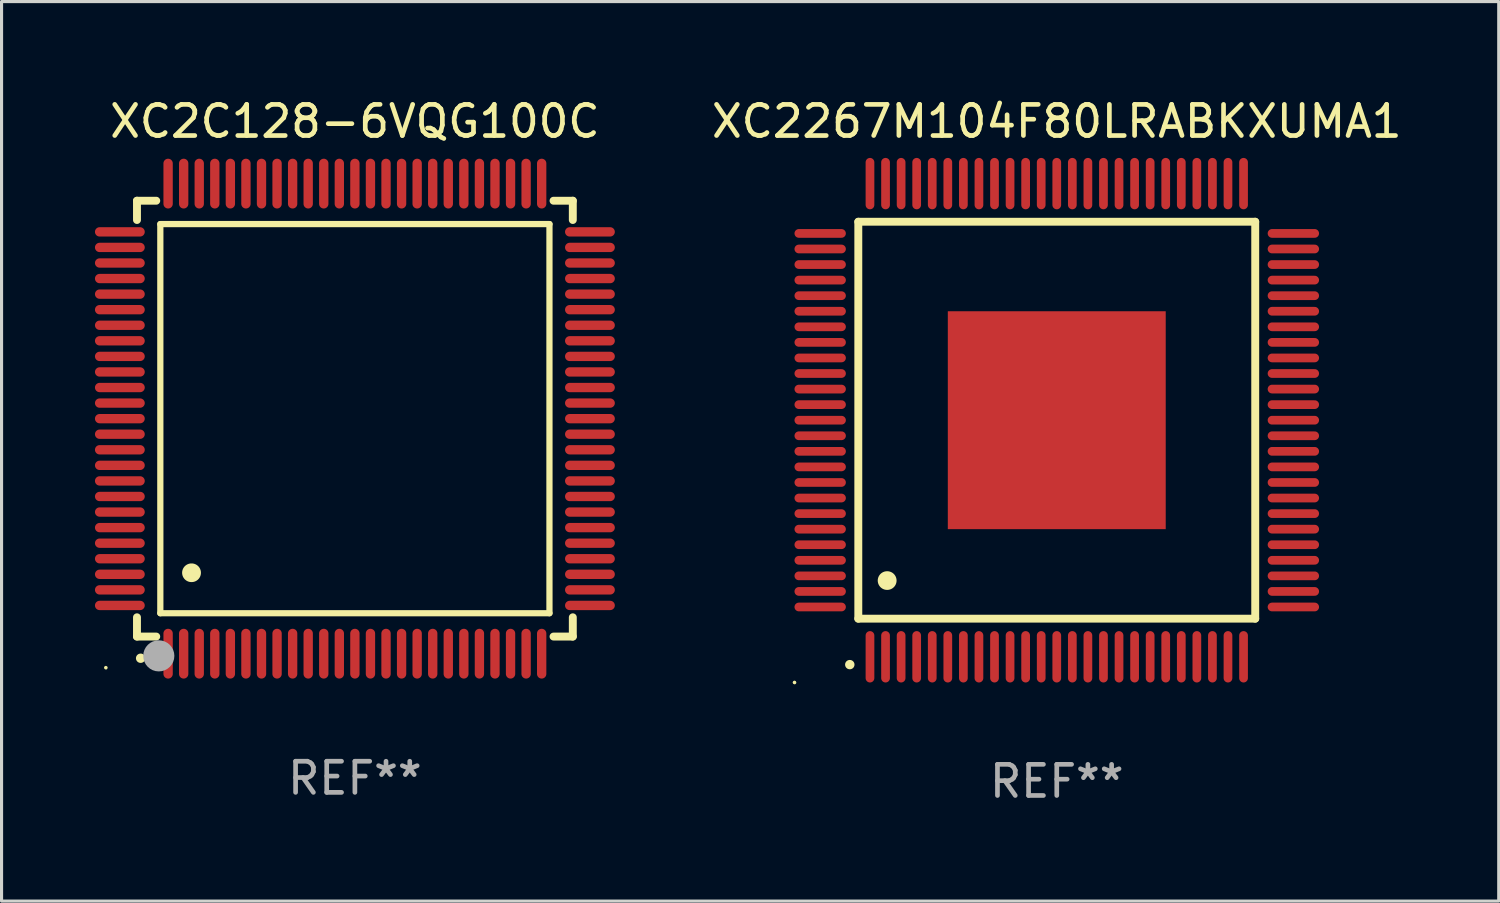
<source format=kicad_pcb>
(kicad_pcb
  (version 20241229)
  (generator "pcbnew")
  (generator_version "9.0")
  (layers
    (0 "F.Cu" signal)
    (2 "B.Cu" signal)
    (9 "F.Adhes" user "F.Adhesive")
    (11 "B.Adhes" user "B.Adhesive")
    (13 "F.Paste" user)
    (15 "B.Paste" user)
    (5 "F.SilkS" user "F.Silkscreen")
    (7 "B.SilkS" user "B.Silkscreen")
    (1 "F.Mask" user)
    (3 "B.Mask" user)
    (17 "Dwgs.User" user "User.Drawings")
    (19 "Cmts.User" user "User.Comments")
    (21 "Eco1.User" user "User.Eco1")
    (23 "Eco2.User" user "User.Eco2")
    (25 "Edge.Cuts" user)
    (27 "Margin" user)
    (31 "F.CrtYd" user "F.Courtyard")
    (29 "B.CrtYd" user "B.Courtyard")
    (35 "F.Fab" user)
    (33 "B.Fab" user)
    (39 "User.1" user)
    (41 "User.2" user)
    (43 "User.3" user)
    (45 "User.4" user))
  (footprint "XC2C128-6VQG100C"
    (layer "F.Cu")
    (at 8.35 10.398)
    (property "Reference" "XC2C128-6VQG100C" (at 0 -9.55 0) (layer "F.SilkS") (effects (font (size 1 1) (thickness 0.15))))
    (attr through_hole)
    (fp_line (start -7 -7) (end -6.381 -7) (stroke (width 0.254) (type solid)) (layer "F.SilkS"))
    (fp_line (start -7 -6.381) (end -7 -7) (stroke (width 0.254) (type solid)) (layer "F.SilkS"))
    (fp_line (start -7 7) (end -7 6.381) (stroke (width 0.254) (type solid)) (layer "F.SilkS"))
    (fp_line (start -6.381 7) (end -7 7) (stroke (width 0.254) (type solid)) (layer "F.SilkS"))
    (fp_line (start -6.25 -6.25) (end -6.25 6.25) (stroke (width 0.2) (type solid)) (layer "F.SilkS"))
    (fp_line (start -6.25 6.25) (end 6.25 6.25) (stroke (width 0.2) (type solid)) (layer "F.SilkS"))
    (fp_line (start 6.25 -6.25) (end -6.25 -6.25) (stroke (width 0.2) (type solid)) (layer "F.SilkS"))
    (fp_line (start 6.25 6.25) (end 6.25 -6.25) (stroke (width 0.2) (type solid)) (layer "F.SilkS"))
    (fp_line (start 6.381 -7) (end 7 -7) (stroke (width 0.254) (type solid)) (layer "F.SilkS"))
    (fp_line (start 7 -7) (end 7 -6.381) (stroke (width 0.254) (type solid)) (layer "F.SilkS"))
    (fp_line (start 7 6.381) (end 7 7) (stroke (width 0.254) (type solid)) (layer "F.SilkS"))
    (fp_line (start 7 7) (end 6.381 7) (stroke (width 0.254) (type solid)) (layer "F.SilkS"))
    (fp_arc (start -6.883414 7.696215) (mid -6.882144 7.69621) (end -6.880874 7.696215) (stroke (width 0.3) (type solid)) (layer "F.SilkS"))
    (fp_arc (start -5.250191 4.95047) (mid -5.247651 4.950459) (end -5.245111 4.95047) (stroke (width 0.6) (type solid)) (layer "F.SilkS"))
    (fp_circle (center -8 8) (end -7.97 8) (stroke (width 0.06) (type solid)) (fill no) (layer "F.SilkS"))
    (fp_circle (center -6.299 7.62) (end -6.049 7.62) (stroke (width 0.5) (type solid)) (fill no) (layer "F.Fab"))
    (fp_text user "REF**" (at 0 11.55 0) (layer "F.Fab") (effects (font (size 1 1) (thickness 0.15))))
    (pad "1" smd oval (at -6 7.55) (size 0.3 1.6) (layers "F.Cu" "F.Mask" "F.Paste"))
    (pad "2" smd oval (at -5.5 7.55) (size 0.3 1.6) (layers "F.Cu" "F.Mask" "F.Paste"))
    (pad "3" smd oval (at -5 7.55) (size 0.3 1.6) (layers "F.Cu" "F.Mask" "F.Paste"))
    (pad "4" smd oval (at -4.5 7.55) (size 0.3 1.6) (layers "F.Cu" "F.Mask" "F.Paste"))
    (pad "5" smd oval (at -4 7.55) (size 0.3 1.6) (layers "F.Cu" "F.Mask" "F.Paste"))
    (pad "6" smd oval (at -3.5 7.55) (size 0.3 1.6) (layers "F.Cu" "F.Mask" "F.Paste"))
    (pad "7" smd oval (at -3 7.55) (size 0.3 1.6) (layers "F.Cu" "F.Mask" "F.Paste"))
    (pad "8" smd oval (at -2.5 7.55) (size 0.3 1.6) (layers "F.Cu" "F.Mask" "F.Paste"))
    (pad "9" smd oval (at -2 7.55) (size 0.3 1.6) (layers "F.Cu" "F.Mask" "F.Paste"))
    (pad "10" smd oval (at -1.5 7.55) (size 0.3 1.6) (layers "F.Cu" "F.Mask" "F.Paste"))
    (pad "11" smd oval (at -1 7.55) (size 0.3 1.6) (layers "F.Cu" "F.Mask" "F.Paste"))
    (pad "12" smd oval (at -0.5 7.55) (size 0.3 1.6) (layers "F.Cu" "F.Mask" "F.Paste"))
    (pad "13" smd oval (at 0 7.55) (size 0.3 1.6) (layers "F.Cu" "F.Mask" "F.Paste"))
    (pad "14" smd oval (at 0.5 7.55) (size 0.3 1.6) (layers "F.Cu" "F.Mask" "F.Paste"))
    (pad "15" smd oval (at 1 7.55) (size 0.3 1.6) (layers "F.Cu" "F.Mask" "F.Paste"))
    (pad "16" smd oval (at 1.5 7.55) (size 0.3 1.6) (layers "F.Cu" "F.Mask" "F.Paste"))
    (pad "17" smd oval (at 2 7.55) (size 0.3 1.6) (layers "F.Cu" "F.Mask" "F.Paste"))
    (pad "18" smd oval (at 2.5 7.55) (size 0.3 1.6) (layers "F.Cu" "F.Mask" "F.Paste"))
    (pad "19" smd oval (at 3 7.55) (size 0.3 1.6) (layers "F.Cu" "F.Mask" "F.Paste"))
    (pad "20" smd oval (at 3.5 7.55) (size 0.3 1.6) (layers "F.Cu" "F.Mask" "F.Paste"))
    (pad "21" smd oval (at 4 7.55) (size 0.3 1.6) (layers "F.Cu" "F.Mask" "F.Paste"))
    (pad "22" smd oval (at 4.5 7.55) (size 0.3 1.6) (layers "F.Cu" "F.Mask" "F.Paste"))
    (pad "23" smd oval (at 5 7.55) (size 0.3 1.6) (layers "F.Cu" "F.Mask" "F.Paste"))
    (pad "24" smd oval (at 5.5 7.55) (size 0.3 1.6) (layers "F.Cu" "F.Mask" "F.Paste"))
    (pad "25" smd oval (at 6 7.55) (size 0.3 1.6) (layers "F.Cu" "F.Mask" "F.Paste"))
    (pad "26" smd oval (at 7.55 6) (size 1.6 0.3) (layers "F.Cu" "F.Mask" "F.Paste"))
    (pad "27" smd oval (at 7.55 5.5) (size 1.6 0.3) (layers "F.Cu" "F.Mask" "F.Paste"))
    (pad "28" smd oval (at 7.55 5) (size 1.6 0.3) (layers "F.Cu" "F.Mask" "F.Paste"))
    (pad "29" smd oval (at 7.55 4.5) (size 1.6 0.3) (layers "F.Cu" "F.Mask" "F.Paste"))
    (pad "30" smd oval (at 7.55 4) (size 1.6 0.3) (layers "F.Cu" "F.Mask" "F.Paste"))
    (pad "31" smd oval (at 7.55 3.5) (size 1.6 0.3) (layers "F.Cu" "F.Mask" "F.Paste"))
    (pad "32" smd oval (at 7.55 3) (size 1.6 0.3) (layers "F.Cu" "F.Mask" "F.Paste"))
    (pad "33" smd oval (at 7.55 2.5) (size 1.6 0.3) (layers "F.Cu" "F.Mask" "F.Paste"))
    (pad "34" smd oval (at 7.55 2) (size 1.6 0.3) (layers "F.Cu" "F.Mask" "F.Paste"))
    (pad "35" smd oval (at 7.55 1.5) (size 1.6 0.3) (layers "F.Cu" "F.Mask" "F.Paste"))
    (pad "36" smd oval (at 7.55 1) (size 1.6 0.3) (layers "F.Cu" "F.Mask" "F.Paste"))
    (pad "37" smd oval (at 7.55 0.5) (size 1.6 0.3) (layers "F.Cu" "F.Mask" "F.Paste"))
    (pad "38" smd oval (at 7.55 0) (size 1.6 0.3) (layers "F.Cu" "F.Mask" "F.Paste"))
    (pad "39" smd oval (at 7.55 -0.5) (size 1.6 0.3) (layers "F.Cu" "F.Mask" "F.Paste"))
    (pad "40" smd oval (at 7.55 -1) (size 1.6 0.3) (layers "F.Cu" "F.Mask" "F.Paste"))
    (pad "41" smd oval (at 7.55 -1.5) (size 1.6 0.3) (layers "F.Cu" "F.Mask" "F.Paste"))
    (pad "42" smd oval (at 7.55 -2) (size 1.6 0.3) (layers "F.Cu" "F.Mask" "F.Paste"))
    (pad "43" smd oval (at 7.55 -2.5) (size 1.6 0.3) (layers "F.Cu" "F.Mask" "F.Paste"))
    (pad "44" smd oval (at 7.55 -3) (size 1.6 0.3) (layers "F.Cu" "F.Mask" "F.Paste"))
    (pad "45" smd oval (at 7.55 -3.5) (size 1.6 0.3) (layers "F.Cu" "F.Mask" "F.Paste"))
    (pad "46" smd oval (at 7.55 -4) (size 1.6 0.3) (layers "F.Cu" "F.Mask" "F.Paste"))
    (pad "47" smd oval (at 7.55 -4.5) (size 1.6 0.3) (layers "F.Cu" "F.Mask" "F.Paste"))
    (pad "48" smd oval (at 7.55 -5) (size 1.6 0.3) (layers "F.Cu" "F.Mask" "F.Paste"))
    (pad "49" smd oval (at 7.55 -5.5) (size 1.6 0.3) (layers "F.Cu" "F.Mask" "F.Paste"))
    (pad "50" smd oval (at 7.55 -6) (size 1.6 0.3) (layers "F.Cu" "F.Mask" "F.Paste"))
    (pad "51" smd oval (at 6 -7.55) (size 0.3 1.6) (layers "F.Cu" "F.Mask" "F.Paste"))
    (pad "52" smd oval (at 5.5 -7.55) (size 0.3 1.6) (layers "F.Cu" "F.Mask" "F.Paste"))
    (pad "53" smd oval (at 5 -7.55) (size 0.3 1.6) (layers "F.Cu" "F.Mask" "F.Paste"))
    (pad "54" smd oval (at 4.5 -7.55) (size 0.3 1.6) (layers "F.Cu" "F.Mask" "F.Paste"))
    (pad "55" smd oval (at 4 -7.55) (size 0.3 1.6) (layers "F.Cu" "F.Mask" "F.Paste"))
    (pad "56" smd oval (at 3.5 -7.55) (size 0.3 1.6) (layers "F.Cu" "F.Mask" "F.Paste"))
    (pad "57" smd oval (at 3 -7.55) (size 0.3 1.6) (layers "F.Cu" "F.Mask" "F.Paste"))
    (pad "58" smd oval (at 2.5 -7.55) (size 0.3 1.6) (layers "F.Cu" "F.Mask" "F.Paste"))
    (pad "59" smd oval (at 2 -7.55) (size 0.3 1.6) (layers "F.Cu" "F.Mask" "F.Paste"))
    (pad "60" smd oval (at 1.5 -7.55) (size 0.3 1.6) (layers "F.Cu" "F.Mask" "F.Paste"))
    (pad "61" smd oval (at 1 -7.55) (size 0.3 1.6) (layers "F.Cu" "F.Mask" "F.Paste"))
    (pad "62" smd oval (at 0.5 -7.55) (size 0.3 1.6) (layers "F.Cu" "F.Mask" "F.Paste"))
    (pad "63" smd oval (at 0 -7.55) (size 0.3 1.6) (layers "F.Cu" "F.Mask" "F.Paste"))
    (pad "64" smd oval (at -0.5 -7.55) (size 0.3 1.6) (layers "F.Cu" "F.Mask" "F.Paste"))
    (pad "65" smd oval (at -1 -7.55) (size 0.3 1.6) (layers "F.Cu" "F.Mask" "F.Paste"))
    (pad "66" smd oval (at -1.5 -7.55) (size 0.3 1.6) (layers "F.Cu" "F.Mask" "F.Paste"))
    (pad "67" smd oval (at -2 -7.55) (size 0.3 1.6) (layers "F.Cu" "F.Mask" "F.Paste"))
    (pad "68" smd oval (at -2.5 -7.55) (size 0.3 1.6) (layers "F.Cu" "F.Mask" "F.Paste"))
    (pad "69" smd oval (at -3 -7.55) (size 0.3 1.6) (layers "F.Cu" "F.Mask" "F.Paste"))
    (pad "70" smd oval (at -3.5 -7.55) (size 0.3 1.6) (layers "F.Cu" "F.Mask" "F.Paste"))
    (pad "71" smd oval (at -4 -7.55) (size 0.3 1.6) (layers "F.Cu" "F.Mask" "F.Paste"))
    (pad "72" smd oval (at -4.5 -7.55) (size 0.3 1.6) (layers "F.Cu" "F.Mask" "F.Paste"))
    (pad "73" smd oval (at -5 -7.55) (size 0.3 1.6) (layers "F.Cu" "F.Mask" "F.Paste"))
    (pad "74" smd oval (at -5.5 -7.55) (size 0.3 1.6) (layers "F.Cu" "F.Mask" "F.Paste"))
    (pad "75" smd oval (at -6 -7.55) (size 0.3 1.6) (layers "F.Cu" "F.Mask" "F.Paste"))
    (pad "76" smd oval (at -7.55 -6) (size 1.6 0.3) (layers "F.Cu" "F.Mask" "F.Paste"))
    (pad "77" smd oval (at -7.55 -5.5) (size 1.6 0.3) (layers "F.Cu" "F.Mask" "F.Paste"))
    (pad "78" smd oval (at -7.55 -5) (size 1.6 0.3) (layers "F.Cu" "F.Mask" "F.Paste"))
    (pad "79" smd oval (at -7.55 -4.5) (size 1.6 0.3) (layers "F.Cu" "F.Mask" "F.Paste"))
    (pad "80" smd oval (at -7.55 -4) (size 1.6 0.3) (layers "F.Cu" "F.Mask" "F.Paste"))
    (pad "81" smd oval (at -7.55 -3.5) (size 1.6 0.3) (layers "F.Cu" "F.Mask" "F.Paste"))
    (pad "82" smd oval (at -7.55 -3) (size 1.6 0.3) (layers "F.Cu" "F.Mask" "F.Paste"))
    (pad "83" smd oval (at -7.55 -2.5) (size 1.6 0.3) (layers "F.Cu" "F.Mask" "F.Paste"))
    (pad "84" smd oval (at -7.55 -2) (size 1.6 0.3) (layers "F.Cu" "F.Mask" "F.Paste"))
    (pad "85" smd oval (at -7.55 -1.5) (size 1.6 0.3) (layers "F.Cu" "F.Mask" "F.Paste"))
    (pad "86" smd oval (at -7.55 -1) (size 1.6 0.3) (layers "F.Cu" "F.Mask" "F.Paste"))
    (pad "87" smd oval (at -7.55 -0.5) (size 1.6 0.3) (layers "F.Cu" "F.Mask" "F.Paste"))
    (pad "88" smd oval (at -7.55 0) (size 1.6 0.3) (layers "F.Cu" "F.Mask" "F.Paste"))
    (pad "89" smd oval (at -7.55 0.5) (size 1.6 0.3) (layers "F.Cu" "F.Mask" "F.Paste"))
    (pad "90" smd oval (at -7.55 1) (size 1.6 0.3) (layers "F.Cu" "F.Mask" "F.Paste"))
    (pad "91" smd oval (at -7.55 1.5) (size 1.6 0.3) (layers "F.Cu" "F.Mask" "F.Paste"))
    (pad "92" smd oval (at -7.55 2) (size 1.6 0.3) (layers "F.Cu" "F.Mask" "F.Paste"))
    (pad "93" smd oval (at -7.55 2.5) (size 1.6 0.3) (layers "F.Cu" "F.Mask" "F.Paste"))
    (pad "94" smd oval (at -7.55 3) (size 1.6 0.3) (layers "F.Cu" "F.Mask" "F.Paste"))
    (pad "95" smd oval (at -7.55 3.5) (size 1.6 0.3) (layers "F.Cu" "F.Mask" "F.Paste"))
    (pad "96" smd oval (at -7.55 4) (size 1.6 0.3) (layers "F.Cu" "F.Mask" "F.Paste"))
    (pad "97" smd oval (at -7.55 4.5) (size 1.6 0.3) (layers "F.Cu" "F.Mask" "F.Paste"))
    (pad "98" smd oval (at -7.55 5) (size 1.6 0.3) (layers "F.Cu" "F.Mask" "F.Paste"))
    (pad "99" smd oval (at -7.55 5.5) (size 1.6 0.3) (layers "F.Cu" "F.Mask" "F.Paste"))
    (pad "100" smd oval (at -7.55 6) (size 1.6 0.3) (layers "F.Cu" "F.Mask" "F.Paste")))
  (footprint "XC2267M104F80LRABKXUMA1"
    (layer "F.Cu")
    (at 30.896 10.448)
    (property "Reference" "XC2267M104F80LRABKXUMA1" (at 0 -9.6 0) (layer "F.SilkS") (effects (font (size 1 1) (thickness 0.15))))
    (attr through_hole)
    (fp_line (start -6.375 -6.375) (end -6.375 6.375) (stroke (width 0.254) (type solid)) (layer "F.SilkS"))
    (fp_line (start -6.375 6.375) (end 6.375 6.375) (stroke (width 0.254) (type solid)) (layer "F.SilkS"))
    (fp_line (start 6.375 -6.375) (end -6.375 -6.375) (stroke (width 0.254) (type solid)) (layer "F.SilkS"))
    (fp_line (start 6.375 6.375) (end 6.375 -6.375) (stroke (width 0.254) (type solid)) (layer "F.SilkS"))
    (fp_arc (start -6.649733 7.851156) (mid -6.648463 7.851151) (end -6.647193 7.851156) (stroke (width 0.3) (type solid)) (layer "F.SilkS"))
    (fp_arc (start -5.450851 5.15113) (mid -5.448311 5.151119) (end -5.445771 5.15113) (stroke (width 0.6) (type solid)) (layer "F.SilkS"))
    (fp_circle (center -8.425 8.425) (end -8.395 8.425) (stroke (width 0.06) (type solid)) (fill no) (layer "F.SilkS"))
    (fp_text user "REF**" (at 0 11.6 0) (layer "F.Fab") (effects (font (size 1 1) (thickness 0.15))))
    (pad "1" smd oval (at -6 7.6 180) (size 0.28 1.65) (layers "F.Cu" "F.Mask" "F.Paste"))
    (pad "2" smd oval (at -5.5 7.6 180) (size 0.28 1.65) (layers "F.Cu" "F.Mask" "F.Paste"))
    (pad "3" smd oval (at -5 7.6 180) (size 0.28 1.65) (layers "F.Cu" "F.Mask" "F.Paste"))
    (pad "4" smd oval (at -4.5 7.6 180) (size 0.28 1.65) (layers "F.Cu" "F.Mask" "F.Paste"))
    (pad "5" smd oval (at -4 7.6 180) (size 0.28 1.65) (layers "F.Cu" "F.Mask" "F.Paste"))
    (pad "6" smd oval (at -3.5 7.6 180) (size 0.28 1.65) (layers "F.Cu" "F.Mask" "F.Paste"))
    (pad "7" smd oval (at -3 7.6 180) (size 0.28 1.65) (layers "F.Cu" "F.Mask" "F.Paste"))
    (pad "8" smd oval (at -2.5 7.6 180) (size 0.28 1.65) (layers "F.Cu" "F.Mask" "F.Paste"))
    (pad "9" smd oval (at -2 7.6 180) (size 0.28 1.65) (layers "F.Cu" "F.Mask" "F.Paste"))
    (pad "10" smd oval (at -1.5 7.6 180) (size 0.28 1.65) (layers "F.Cu" "F.Mask" "F.Paste"))
    (pad "11" smd oval (at -1 7.6 180) (size 0.28 1.65) (layers "F.Cu" "F.Mask" "F.Paste"))
    (pad "12" smd oval (at -0.5 7.6 180) (size 0.28 1.65) (layers "F.Cu" "F.Mask" "F.Paste"))
    (pad "13" smd oval (at 0 7.6 180) (size 0.28 1.65) (layers "F.Cu" "F.Mask" "F.Paste"))
    (pad "14" smd oval (at 0.5 7.6 180) (size 0.28 1.65) (layers "F.Cu" "F.Mask" "F.Paste"))
    (pad "15" smd oval (at 1 7.6 180) (size 0.28 1.65) (layers "F.Cu" "F.Mask" "F.Paste"))
    (pad "16" smd oval (at 1.5 7.6 180) (size 0.28 1.65) (layers "F.Cu" "F.Mask" "F.Paste"))
    (pad "17" smd oval (at 2 7.6 180) (size 0.28 1.65) (layers "F.Cu" "F.Mask" "F.Paste"))
    (pad "18" smd oval (at 2.5 7.6 180) (size 0.28 1.65) (layers "F.Cu" "F.Mask" "F.Paste"))
    (pad "19" smd oval (at 3 7.6 180) (size 0.28 1.65) (layers "F.Cu" "F.Mask" "F.Paste"))
    (pad "20" smd oval (at 3.5 7.6 180) (size 0.28 1.65) (layers "F.Cu" "F.Mask" "F.Paste"))
    (pad "21" smd oval (at 4 7.6 180) (size 0.28 1.65) (layers "F.Cu" "F.Mask" "F.Paste"))
    (pad "22" smd oval (at 4.5 7.6 180) (size 0.28 1.65) (layers "F.Cu" "F.Mask" "F.Paste"))
    (pad "23" smd oval (at 5 7.6 180) (size 0.28 1.65) (layers "F.Cu" "F.Mask" "F.Paste"))
    (pad "24" smd oval (at 5.5 7.6 180) (size 0.28 1.65) (layers "F.Cu" "F.Mask" "F.Paste"))
    (pad "25" smd oval (at 6 7.6 180) (size 0.28 1.65) (layers "F.Cu" "F.Mask" "F.Paste"))
    (pad "26" smd oval (at 7.6 6 90) (size 0.28 1.65) (layers "F.Cu" "F.Mask" "F.Paste"))
    (pad "27" smd oval (at 7.6 5.5 90) (size 0.28 1.65) (layers "F.Cu" "F.Mask" "F.Paste"))
    (pad "28" smd oval (at 7.6 5 90) (size 0.28 1.65) (layers "F.Cu" "F.Mask" "F.Paste"))
    (pad "29" smd oval (at 7.6 4.5 90) (size 0.28 1.65) (layers "F.Cu" "F.Mask" "F.Paste"))
    (pad "30" smd oval (at 7.6 4 90) (size 0.28 1.65) (layers "F.Cu" "F.Mask" "F.Paste"))
    (pad "31" smd oval (at 7.6 3.5 90) (size 0.28 1.65) (layers "F.Cu" "F.Mask" "F.Paste"))
    (pad "32" smd oval (at 7.6 3 90) (size 0.28 1.65) (layers "F.Cu" "F.Mask" "F.Paste"))
    (pad "33" smd oval (at 7.6 2.5 90) (size 0.28 1.65) (layers "F.Cu" "F.Mask" "F.Paste"))
    (pad "34" smd oval (at 7.6 2 90) (size 0.28 1.65) (layers "F.Cu" "F.Mask" "F.Paste"))
    (pad "35" smd oval (at 7.6 1.5 90) (size 0.28 1.65) (layers "F.Cu" "F.Mask" "F.Paste"))
    (pad "36" smd oval (at 7.6 1 90) (size 0.28 1.65) (layers "F.Cu" "F.Mask" "F.Paste"))
    (pad "37" smd oval (at 7.6 0.5 90) (size 0.28 1.65) (layers "F.Cu" "F.Mask" "F.Paste"))
    (pad "38" smd oval (at 7.6 0 90) (size 0.28 1.65) (layers "F.Cu" "F.Mask" "F.Paste"))
    (pad "39" smd oval (at 7.6 -0.5 90) (size 0.28 1.65) (layers "F.Cu" "F.Mask" "F.Paste"))
    (pad "40" smd oval (at 7.6 -1 90) (size 0.28 1.65) (layers "F.Cu" "F.Mask" "F.Paste"))
    (pad "41" smd oval (at 7.6 -1.5 90) (size 0.28 1.65) (layers "F.Cu" "F.Mask" "F.Paste"))
    (pad "42" smd oval (at 7.6 -2 90) (size 0.28 1.65) (layers "F.Cu" "F.Mask" "F.Paste"))
    (pad "43" smd oval (at 7.6 -2.5 90) (size 0.28 1.65) (layers "F.Cu" "F.Mask" "F.Paste"))
    (pad "44" smd oval (at 7.6 -3 90) (size 0.28 1.65) (layers "F.Cu" "F.Mask" "F.Paste"))
    (pad "45" smd oval (at 7.6 -3.5 90) (size 0.28 1.65) (layers "F.Cu" "F.Mask" "F.Paste"))
    (pad "46" smd oval (at 7.6 -4 90) (size 0.28 1.65) (layers "F.Cu" "F.Mask" "F.Paste"))
    (pad "47" smd oval (at 7.6 -4.5 90) (size 0.28 1.65) (layers "F.Cu" "F.Mask" "F.Paste"))
    (pad "48" smd oval (at 7.6 -5 90) (size 0.28 1.65) (layers "F.Cu" "F.Mask" "F.Paste"))
    (pad "49" smd oval (at 7.6 -5.5 90) (size 0.28 1.65) (layers "F.Cu" "F.Mask" "F.Paste"))
    (pad "50" smd oval (at 7.6 -6 90) (size 0.28 1.65) (layers "F.Cu" "F.Mask" "F.Paste"))
    (pad "51" smd oval (at 6 -7.6 180) (size 0.28 1.65) (layers "F.Cu" "F.Mask" "F.Paste"))
    (pad "52" smd oval (at 5.5 -7.6 180) (size 0.28 1.65) (layers "F.Cu" "F.Mask" "F.Paste"))
    (pad "53" smd oval (at 5 -7.6 180) (size 0.28 1.65) (layers "F.Cu" "F.Mask" "F.Paste"))
    (pad "54" smd oval (at 4.5 -7.6 180) (size 0.28 1.65) (layers "F.Cu" "F.Mask" "F.Paste"))
    (pad "55" smd oval (at 4 -7.6 180) (size 0.28 1.65) (layers "F.Cu" "F.Mask" "F.Paste"))
    (pad "56" smd oval (at 3.5 -7.6 180) (size 0.28 1.65) (layers "F.Cu" "F.Mask" "F.Paste"))
    (pad "57" smd oval (at 3 -7.6 180) (size 0.28 1.65) (layers "F.Cu" "F.Mask" "F.Paste"))
    (pad "58" smd oval (at 2.5 -7.6 180) (size 0.28 1.65) (layers "F.Cu" "F.Mask" "F.Paste"))
    (pad "59" smd oval (at 2 -7.6 180) (size 0.28 1.65) (layers "F.Cu" "F.Mask" "F.Paste"))
    (pad "60" smd oval (at 1.5 -7.6 180) (size 0.28 1.65) (layers "F.Cu" "F.Mask" "F.Paste"))
    (pad "61" smd oval (at 1 -7.6 180) (size 0.28 1.65) (layers "F.Cu" "F.Mask" "F.Paste"))
    (pad "62" smd oval (at 0.5 -7.6 180) (size 0.28 1.65) (layers "F.Cu" "F.Mask" "F.Paste"))
    (pad "63" smd oval (at 0 -7.6 180) (size 0.28 1.65) (layers "F.Cu" "F.Mask" "F.Paste"))
    (pad "64" smd oval (at -0.5 -7.6 180) (size 0.28 1.65) (layers "F.Cu" "F.Mask" "F.Paste"))
    (pad "65" smd oval (at -1 -7.6 180) (size 0.28 1.65) (layers "F.Cu" "F.Mask" "F.Paste"))
    (pad "66" smd oval (at -1.5 -7.6 180) (size 0.28 1.65) (layers "F.Cu" "F.Mask" "F.Paste"))
    (pad "67" smd oval (at -2 -7.6 180) (size 0.28 1.65) (layers "F.Cu" "F.Mask" "F.Paste"))
    (pad "68" smd oval (at -2.5 -7.6 180) (size 0.28 1.65) (layers "F.Cu" "F.Mask" "F.Paste"))
    (pad "69" smd oval (at -3 -7.6 180) (size 0.28 1.65) (layers "F.Cu" "F.Mask" "F.Paste"))
    (pad "70" smd oval (at -3.5 -7.6 180) (size 0.28 1.65) (layers "F.Cu" "F.Mask" "F.Paste"))
    (pad "71" smd oval (at -4 -7.6 180) (size 0.28 1.65) (layers "F.Cu" "F.Mask" "F.Paste"))
    (pad "72" smd oval (at -4.5 -7.6 180) (size 0.28 1.65) (layers "F.Cu" "F.Mask" "F.Paste"))
    (pad "73" smd oval (at -5 -7.6 180) (size 0.28 1.65) (layers "F.Cu" "F.Mask" "F.Paste"))
    (pad "74" smd oval (at -5.5 -7.6 180) (size 0.28 1.65) (layers "F.Cu" "F.Mask" "F.Paste"))
    (pad "75" smd oval (at -6 -7.6 180) (size 0.28 1.65) (layers "F.Cu" "F.Mask" "F.Paste"))
    (pad "76" smd oval (at -7.6 -6 90) (size 0.28 1.65) (layers "F.Cu" "F.Mask" "F.Paste"))
    (pad "77" smd oval (at -7.6 -5.5 90) (size 0.28 1.65) (layers "F.Cu" "F.Mask" "F.Paste"))
    (pad "78" smd oval (at -7.6 -5 90) (size 0.28 1.65) (layers "F.Cu" "F.Mask" "F.Paste"))
    (pad "79" smd oval (at -7.6 -4.5 90) (size 0.28 1.65) (layers "F.Cu" "F.Mask" "F.Paste"))
    (pad "80" smd oval (at -7.6 -4 90) (size 0.28 1.65) (layers "F.Cu" "F.Mask" "F.Paste"))
    (pad "81" smd oval (at -7.6 -3.5 90) (size 0.28 1.65) (layers "F.Cu" "F.Mask" "F.Paste"))
    (pad "82" smd oval (at -7.6 -3 90) (size 0.28 1.65) (layers "F.Cu" "F.Mask" "F.Paste"))
    (pad "83" smd oval (at -7.6 -2.5 90) (size 0.28 1.65) (layers "F.Cu" "F.Mask" "F.Paste"))
    (pad "84" smd oval (at -7.6 -2 90) (size 0.28 1.65) (layers "F.Cu" "F.Mask" "F.Paste"))
    (pad "85" smd oval (at -7.6 -1.5 90) (size 0.28 1.65) (layers "F.Cu" "F.Mask" "F.Paste"))
    (pad "86" smd oval (at -7.6 -1 90) (size 0.28 1.65) (layers "F.Cu" "F.Mask" "F.Paste"))
    (pad "87" smd oval (at -7.6 -0.5 90) (size 0.28 1.65) (layers "F.Cu" "F.Mask" "F.Paste"))
    (pad "88" smd oval (at -7.6 0 90) (size 0.28 1.65) (layers "F.Cu" "F.Mask" "F.Paste"))
    (pad "89" smd oval (at -7.6 0.5 90) (size 0.28 1.65) (layers "F.Cu" "F.Mask" "F.Paste"))
    (pad "90" smd oval (at -7.6 1 90) (size 0.28 1.65) (layers "F.Cu" "F.Mask" "F.Paste"))
    (pad "91" smd oval (at -7.6 1.5 90) (size 0.28 1.65) (layers "F.Cu" "F.Mask" "F.Paste"))
    (pad "92" smd oval (at -7.6 2 90) (size 0.28 1.65) (layers "F.Cu" "F.Mask" "F.Paste"))
    (pad "93" smd oval (at -7.6 2.5 90) (size 0.28 1.65) (layers "F.Cu" "F.Mask" "F.Paste"))
    (pad "94" smd oval (at -7.6 3 90) (size 0.28 1.65) (layers "F.Cu" "F.Mask" "F.Paste"))
    (pad "95" smd oval (at -7.6 3.5 90) (size 0.28 1.65) (layers "F.Cu" "F.Mask" "F.Paste"))
    (pad "96" smd oval (at -7.6 4 90) (size 0.28 1.65) (layers "F.Cu" "F.Mask" "F.Paste"))
    (pad "97" smd oval (at -7.6 4.5 90) (size 0.28 1.65) (layers "F.Cu" "F.Mask" "F.Paste"))
    (pad "98" smd oval (at -7.6 5 90) (size 0.28 1.65) (layers "F.Cu" "F.Mask" "F.Paste"))
    (pad "99" smd oval (at -7.6 5.5 90) (size 0.28 1.65) (layers "F.Cu" "F.Mask" "F.Paste"))
    (pad "100" smd oval (at -7.6 6 90) (size 0.28 1.65) (layers "F.Cu" "F.Mask" "F.Paste"))
    (pad "101" smd rect (at 0 0) (size 7 7) (layers "F.Cu" "F.Mask" "F.Paste")))
  (gr_rect
    (start -3 -3)
    (end 45.093 25.896)
    (stroke (width 0.1) (type default))
    (fill no)
    (layer "Edge.Cuts")))
</source>
